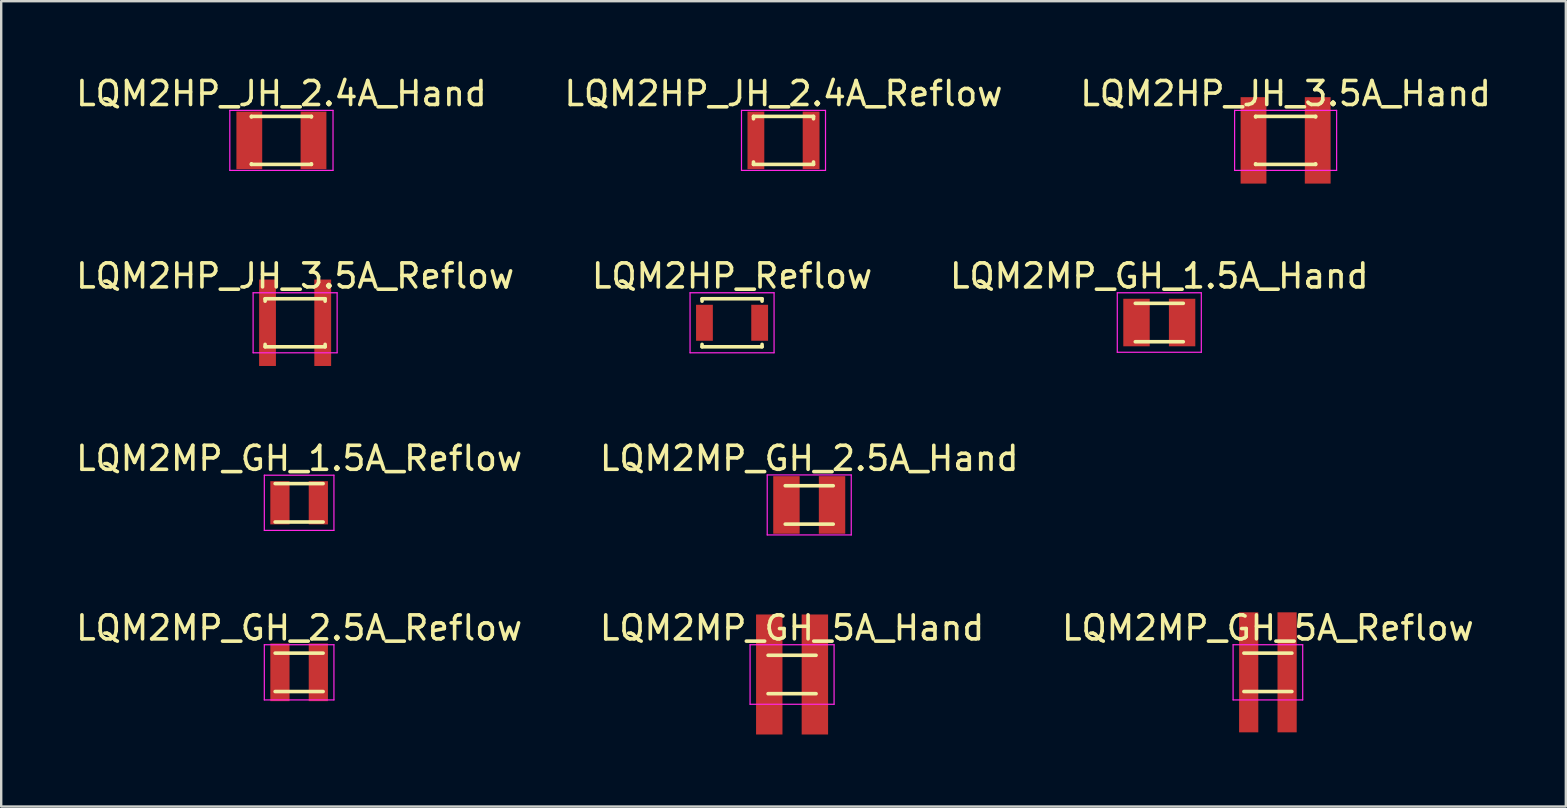
<source format=kicad_pcb>
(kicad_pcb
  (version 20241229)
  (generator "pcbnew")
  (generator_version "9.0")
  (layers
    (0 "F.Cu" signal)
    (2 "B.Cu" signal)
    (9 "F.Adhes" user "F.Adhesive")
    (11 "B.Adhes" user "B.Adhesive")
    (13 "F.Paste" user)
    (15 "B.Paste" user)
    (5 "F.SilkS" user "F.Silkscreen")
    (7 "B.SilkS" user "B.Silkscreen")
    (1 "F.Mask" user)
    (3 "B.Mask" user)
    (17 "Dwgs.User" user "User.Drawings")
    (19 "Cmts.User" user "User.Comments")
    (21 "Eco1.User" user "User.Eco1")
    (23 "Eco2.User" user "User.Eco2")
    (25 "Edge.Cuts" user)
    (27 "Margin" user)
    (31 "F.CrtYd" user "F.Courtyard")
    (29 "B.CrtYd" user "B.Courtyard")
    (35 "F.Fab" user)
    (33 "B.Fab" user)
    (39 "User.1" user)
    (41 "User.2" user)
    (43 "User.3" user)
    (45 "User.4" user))
  (footprint "LQM2HP_JH_3.5A_Reflow"
    (layer "F.Cu")
    (at 9.244 10.396)
    (property "Reference" "LQM2HP_JH_3.5A_Reflow" (at 0 -1.95 0) (layer "F.SilkS") (effects (font (size 1 1) (thickness 0.15))))
    (attr smd)
    (fp_line (start -1.25 -1) (end -1.25 -0.9) (stroke (width 0.15) (type solid)) (layer "F.SilkS"))
    (fp_line (start -1.25 -1) (end 1.25 -1) (stroke (width 0.15) (type solid)) (layer "F.SilkS"))
    (fp_line (start -1.25 0.9) (end -1.25 1) (stroke (width 0.15) (type solid)) (layer "F.SilkS"))
    (fp_line (start -1.25 1) (end 1.25 1) (stroke (width 0.15) (type solid)) (layer "F.SilkS"))
    (fp_line (start 1.25 -1) (end 1.25 -0.9) (stroke (width 0.15) (type solid)) (layer "F.SilkS"))
    (fp_line (start 1.25 0.9) (end 1.25 1) (stroke (width 0.15) (type solid)) (layer "F.SilkS"))
    (fp_line (start -1.75 -1.25) (end -1.75 1.25) (stroke (width 0.05) (type solid)) (layer "F.CrtYd"))
    (fp_line (start -1.75 -1.25) (end 1.75 -1.25) (stroke (width 0.05) (type solid)) (layer "F.CrtYd"))
    (fp_line (start -1.75 1.25) (end 1.75 1.25) (stroke (width 0.05) (type solid)) (layer "F.CrtYd"))
    (fp_line (start 1.75 -1.25) (end 1.75 1.25) (stroke (width 0.05) (type solid)) (layer "F.CrtYd"))
    (pad "" smd rect (at -1.15 0) (size 0.7 1.5) (layers "F.Mask" "F.Paste"))
    (pad "" smd rect (at 1.15 0) (size 0.7 1.5) (layers "F.Mask" "F.Paste"))
    (pad "1" smd rect (at -1.15 0) (size 0.7 3.6) (layers "F.Cu"))
    (pad "2" smd rect (at 1.15 0) (size 0.7 3.6) (layers "F.Cu")))
  (footprint "LQM2HP_JH_2.4A_Reflow"
    (layer "F.Cu")
    (at 29.589 2.798)
    (property "Reference" "LQM2HP_JH_2.4A_Reflow" (at 0 -1.95 0) (layer "F.SilkS") (effects (font (size 1 1) (thickness 0.15))))
    (attr smd)
    (fp_line (start -1.25 -1) (end -1.25 -0.9) (stroke (width 0.15) (type solid)) (layer "F.SilkS"))
    (fp_line (start -1.25 -1) (end 1.25 -1) (stroke (width 0.15) (type solid)) (layer "F.SilkS"))
    (fp_line (start -1.25 0.9) (end -1.25 1) (stroke (width 0.15) (type solid)) (layer "F.SilkS"))
    (fp_line (start -1.25 1) (end 1.25 1) (stroke (width 0.15) (type solid)) (layer "F.SilkS"))
    (fp_line (start 1.25 -1) (end 1.25 -0.9) (stroke (width 0.15) (type solid)) (layer "F.SilkS"))
    (fp_line (start 1.25 0.9) (end 1.25 1) (stroke (width 0.15) (type solid)) (layer "F.SilkS"))
    (fp_line (start -1.75 -1.25) (end -1.75 1.25) (stroke (width 0.05) (type solid)) (layer "F.CrtYd"))
    (fp_line (start -1.75 -1.25) (end 1.75 -1.25) (stroke (width 0.05) (type solid)) (layer "F.CrtYd"))
    (fp_line (start -1.75 1.25) (end 1.75 1.25) (stroke (width 0.05) (type solid)) (layer "F.CrtYd"))
    (fp_line (start 1.75 -1.25) (end 1.75 1.25) (stroke (width 0.05) (type solid)) (layer "F.CrtYd"))
    (pad "" smd rect (at -1.15 0) (size 0.7 1.5) (layers "F.Mask" "F.Paste"))
    (pad "" smd rect (at 1.15 0) (size 0.7 1.5) (layers "F.Mask" "F.Paste"))
    (pad "1" smd rect (at -1.15 0) (size 0.7 2.4) (layers "F.Cu"))
    (pad "2" smd rect (at 1.15 0) (size 0.7 2.4) (layers "F.Cu")))
  (footprint "LQM2MP_GH_2.5A_Hand"
    (layer "F.Cu")
    (at 30.661 17.985)
    (property "Reference" "LQM2MP_GH_2.5A_Hand" (at 0 -1.94 0) (layer "F.SilkS") (effects (font (size 1 1) (thickness 0.15))))
    (attr smd)
    (fp_line (start -1 -0.8) (end 1 -0.8) (stroke (width 0.15) (type solid)) (layer "F.SilkS"))
    (fp_line (start -1 0.8) (end 1 0.8) (stroke (width 0.15) (type solid)) (layer "F.SilkS"))
    (fp_line (start -1.75 -1.25) (end -1.75 1.25) (stroke (width 0.05) (type solid)) (layer "F.CrtYd"))
    (fp_line (start -1.75 -1.25) (end 1.75 -1.25) (stroke (width 0.05) (type solid)) (layer "F.CrtYd"))
    (fp_line (start -1.75 1.25) (end 1.75 1.25) (stroke (width 0.05) (type solid)) (layer "F.CrtYd"))
    (fp_line (start 1.75 -1.25) (end 1.75 1.25) (stroke (width 0.05) (type solid)) (layer "F.CrtYd"))
    (pad "" smd rect (at -0.95 0) (size 1.1 1.98) (layers "F.Mask" "F.Paste"))
    (pad "" smd rect (at 0.95 0) (size 1.1 1.98) (layers "F.Mask" "F.Paste"))
    (pad "1" smd rect (at -0.95 0) (size 1.1 2.4) (layers "F.Cu"))
    (pad "2" smd rect (at 0.95 0) (size 1.1 2.4) (layers "F.Cu")))
  (footprint "LQM2MP_GH_5A_Hand"
    (layer "F.Cu")
    (at 29.946 25.048)
    (property "Reference" "LQM2MP_GH_5A_Hand" (at 0 -1.94 0) (layer "F.SilkS") (effects (font (size 1 1) (thickness 0.15))))
    (attr smd)
    (fp_line (start -1 -0.8) (end 1 -0.8) (stroke (width 0.15) (type solid)) (layer "F.SilkS"))
    (fp_line (start -1 0.8) (end 1 0.8) (stroke (width 0.15) (type solid)) (layer "F.SilkS"))
    (fp_line (start -1.75 -1.24) (end -1.75 1.24) (stroke (width 0.05) (type solid)) (layer "F.CrtYd"))
    (fp_line (start -1.75 -1.24) (end 1.75 -1.24) (stroke (width 0.05) (type solid)) (layer "F.CrtYd"))
    (fp_line (start -1.75 1.24) (end 1.75 1.24) (stroke (width 0.05) (type solid)) (layer "F.CrtYd"))
    (fp_line (start 1.75 -1.24) (end 1.75 1.24) (stroke (width 0.05) (type solid)) (layer "F.CrtYd"))
    (pad "" smd rect (at -0.95 0) (size 1.1 1.98) (layers "F.Mask" "F.Paste"))
    (pad "" smd rect (at 0.95 0) (size 1.1 1.98) (layers "F.Mask" "F.Paste"))
    (pad "1" smd rect (at -0.95 0) (size 1.1 5) (layers "F.Cu"))
    (pad "2" smd rect (at 0.95 0) (size 1.1 5) (layers "F.Cu")))
  (footprint "LQM2MP_GH_5A_Reflow"
    (layer "F.Cu")
    (at 49.768 24.958)
    (property "Reference" "LQM2MP_GH_5A_Reflow" (at 0 -1.85 0) (layer "F.SilkS") (effects (font (size 1 1) (thickness 0.15))))
    (attr smd)
    (fp_line (start -1 -0.8) (end 1 -0.8) (stroke (width 0.15) (type solid)) (layer "F.SilkS"))
    (fp_line (start -1 0.8) (end 1 0.8) (stroke (width 0.15) (type solid)) (layer "F.SilkS"))
    (fp_line (start -1.45 -1.15) (end -1.45 1.15) (stroke (width 0.05) (type solid)) (layer "F.CrtYd"))
    (fp_line (start -1.45 -1.15) (end 1.45 -1.15) (stroke (width 0.05) (type solid)) (layer "F.CrtYd"))
    (fp_line (start -1.45 1.15) (end 1.45 1.15) (stroke (width 0.05) (type solid)) (layer "F.CrtYd"))
    (fp_line (start 1.45 -1.15) (end 1.45 1.15) (stroke (width 0.05) (type solid)) (layer "F.CrtYd"))
    (pad "" smd rect (at -0.8 0) (size 0.8 1.8) (layers "F.Mask" "F.Paste"))
    (pad "" smd rect (at 0.8 0) (size 0.8 1.8) (layers "F.Mask" "F.Paste"))
    (pad "1" smd rect (at -0.8 0) (size 0.8 5) (layers "F.Cu"))
    (pad "2" smd rect (at 0.8 0) (size 0.8 5) (layers "F.Cu")))
  (footprint "LQM2MP_GH_2.5A_Reflow"
    (layer "F.Cu")
    (at 9.411 24.958)
    (property "Reference" "LQM2MP_GH_2.5A_Reflow" (at 0 -1.85 0) (layer "F.SilkS") (effects (font (size 1 1) (thickness 0.15))))
    (attr smd)
    (fp_line (start -1 -0.8) (end 1 -0.8) (stroke (width 0.15) (type solid)) (layer "F.SilkS"))
    (fp_line (start -1 0.8) (end 1 0.8) (stroke (width 0.15) (type solid)) (layer "F.SilkS"))
    (fp_line (start -1.45 -1.15) (end -1.45 1.15) (stroke (width 0.05) (type solid)) (layer "F.CrtYd"))
    (fp_line (start -1.45 -1.15) (end 1.45 -1.15) (stroke (width 0.05) (type solid)) (layer "F.CrtYd"))
    (fp_line (start -1.45 1.15) (end 1.45 1.15) (stroke (width 0.05) (type solid)) (layer "F.CrtYd"))
    (fp_line (start 1.45 -1.15) (end 1.45 1.15) (stroke (width 0.05) (type solid)) (layer "F.CrtYd"))
    (pad "" smd rect (at -0.8 0) (size 0.8 1.8) (layers "F.Mask" "F.Paste"))
    (pad "" smd rect (at 0.8 0) (size 0.8 1.8) (layers "F.Mask" "F.Paste"))
    (pad "1" smd rect (at -0.8 0) (size 0.8 2.4) (layers "F.Cu"))
    (pad "2" smd rect (at 0.8 0) (size 0.8 2.4) (layers "F.Cu")))
  (footprint "LQM2HP_Reflow"
    (layer "F.Cu")
    (at 27.446 10.396)
    (property "Reference" "LQM2HP_Reflow" (at 0 -1.95 0) (layer "F.SilkS") (effects (font (size 1 1) (thickness 0.15))))
    (attr smd)
    (fp_line (start -1.25 -1) (end -1.25 -0.9) (stroke (width 0.15) (type solid)) (layer "F.SilkS"))
    (fp_line (start -1.25 -1) (end 1.25 -1) (stroke (width 0.15) (type solid)) (layer "F.SilkS"))
    (fp_line (start -1.25 0.9) (end -1.25 1) (stroke (width 0.15) (type solid)) (layer "F.SilkS"))
    (fp_line (start -1.25 1) (end 1.25 1) (stroke (width 0.15) (type solid)) (layer "F.SilkS"))
    (fp_line (start 1.25 -1) (end 1.25 -0.9) (stroke (width 0.15) (type solid)) (layer "F.SilkS"))
    (fp_line (start 1.25 0.9) (end 1.25 1) (stroke (width 0.15) (type solid)) (layer "F.SilkS"))
    (fp_line (start -1.75 -1.25) (end -1.75 1.25) (stroke (width 0.05) (type solid)) (layer "F.CrtYd"))
    (fp_line (start -1.75 -1.25) (end 1.75 -1.25) (stroke (width 0.05) (type solid)) (layer "F.CrtYd"))
    (fp_line (start -1.75 1.25) (end 1.75 1.25) (stroke (width 0.05) (type solid)) (layer "F.CrtYd"))
    (fp_line (start 1.75 -1.25) (end 1.75 1.25) (stroke (width 0.05) (type solid)) (layer "F.CrtYd"))
    (pad "1" smd rect (at -1.15 0) (size 0.7 1.5) (layers "F.Cu" "F.Mask" "F.Paste"))
    (pad "2" smd rect (at 1.15 0) (size 0.7 1.5) (layers "F.Cu" "F.Mask" "F.Paste")))
  (footprint "LQM2HP_JH_3.5A_Hand"
    (layer "F.Cu")
    (at 50.506 2.798)
    (property "Reference" "LQM2HP_JH_3.5A_Hand" (at 0 -1.95 0) (layer "F.SilkS") (effects (font (size 1 1) (thickness 0.15))))
    (attr smd)
    (fp_line (start -1.25 -1) (end -1.25 -0.975) (stroke (width 0.15) (type solid)) (layer "F.SilkS"))
    (fp_line (start -1.25 -1) (end 1.25 -1) (stroke (width 0.15) (type solid)) (layer "F.SilkS"))
    (fp_line (start -1.25 0.975) (end -1.25 1) (stroke (width 0.15) (type solid)) (layer "F.SilkS"))
    (fp_line (start -1.25 1) (end 1.25 1) (stroke (width 0.15) (type solid)) (layer "F.SilkS"))
    (fp_line (start 1.25 -1) (end 1.25 -0.975) (stroke (width 0.15) (type solid)) (layer "F.SilkS"))
    (fp_line (start 1.25 0.975) (end 1.25 1) (stroke (width 0.15) (type solid)) (layer "F.SilkS"))
    (fp_line (start -2.125 -1.25) (end -2.125 1.25) (stroke (width 0.05) (type solid)) (layer "F.CrtYd"))
    (fp_line (start -2.125 -1.25) (end 2.125 -1.25) (stroke (width 0.05) (type solid)) (layer "F.CrtYd"))
    (fp_line (start -2.125 1.25) (end 2.125 1.25) (stroke (width 0.05) (type solid)) (layer "F.CrtYd"))
    (fp_line (start 2.125 -1.25) (end 2.125 1.25) (stroke (width 0.05) (type solid)) (layer "F.CrtYd"))
    (pad "" smd rect (at -1.337 0) (size 1.075 1.65) (layers "F.Mask" "F.Paste"))
    (pad "" smd rect (at 1.337 0) (size 1.075 1.65) (layers "F.Mask" "F.Paste"))
    (pad "1" smd rect (at -1.337 0) (size 1.075 3.6) (layers "F.Cu"))
    (pad "2" smd rect (at 1.337 0) (size 1.075 3.6) (layers "F.Cu")))
  (footprint "LQM2HP_JH_2.4A_Hand"
    (layer "F.Cu")
    (at 8.673 2.798)
    (property "Reference" "LQM2HP_JH_2.4A_Hand" (at 0 -1.95 0) (layer "F.SilkS") (effects (font (size 1 1) (thickness 0.15))))
    (attr smd)
    (fp_line (start -1.25 -1) (end -1.25 -0.975) (stroke (width 0.15) (type solid)) (layer "F.SilkS"))
    (fp_line (start -1.25 -1) (end 1.25 -1) (stroke (width 0.15) (type solid)) (layer "F.SilkS"))
    (fp_line (start -1.25 0.975) (end -1.25 1) (stroke (width 0.15) (type solid)) (layer "F.SilkS"))
    (fp_line (start -1.25 1) (end 1.25 1) (stroke (width 0.15) (type solid)) (layer "F.SilkS"))
    (fp_line (start 1.25 -1) (end 1.25 -0.975) (stroke (width 0.15) (type solid)) (layer "F.SilkS"))
    (fp_line (start 1.25 0.975) (end 1.25 1) (stroke (width 0.15) (type solid)) (layer "F.SilkS"))
    (fp_line (start -2.15 -1.25) (end -2.15 1.25) (stroke (width 0.05) (type solid)) (layer "F.CrtYd"))
    (fp_line (start -2.15 -1.25) (end 2.15 -1.25) (stroke (width 0.05) (type solid)) (layer "F.CrtYd"))
    (fp_line (start -2.15 1.25) (end 2.15 1.25) (stroke (width 0.05) (type solid)) (layer "F.CrtYd"))
    (fp_line (start 2.15 -1.25) (end 2.15 1.25) (stroke (width 0.05) (type solid)) (layer "F.CrtYd"))
    (pad "" smd rect (at -1.337 0) (size 1.075 1.65) (layers "F.Mask" "F.Paste"))
    (pad "" smd rect (at 1.337 0) (size 1.075 1.65) (layers "F.Mask" "F.Paste"))
    (pad "1" smd rect (at -1.337 0) (size 1.075 2.4) (layers "F.Cu"))
    (pad "2" smd rect (at 1.337 0) (size 1.075 2.4) (layers "F.Cu")))
  (footprint "LQM2MP_GH_1.5A_Reflow"
    (layer "F.Cu")
    (at 9.411 17.895)
    (property "Reference" "LQM2MP_GH_1.5A_Reflow" (at 0 -1.85 0) (layer "F.SilkS") (effects (font (size 1 1) (thickness 0.15))))
    (attr smd)
    (fp_line (start -1 -0.8) (end 1 -0.8) (stroke (width 0.15) (type solid)) (layer "F.SilkS"))
    (fp_line (start -1 0.8) (end 1 0.8) (stroke (width 0.15) (type solid)) (layer "F.SilkS"))
    (fp_line (start -1.45 -1.15) (end -1.45 1.15) (stroke (width 0.05) (type solid)) (layer "F.CrtYd"))
    (fp_line (start -1.45 -1.15) (end 1.45 -1.15) (stroke (width 0.05) (type solid)) (layer "F.CrtYd"))
    (fp_line (start -1.45 1.15) (end 1.45 1.15) (stroke (width 0.05) (type solid)) (layer "F.CrtYd"))
    (fp_line (start 1.45 -1.15) (end 1.45 1.15) (stroke (width 0.05) (type solid)) (layer "F.CrtYd"))
    (pad "1" smd rect (at -0.8 0) (size 0.8 1.8) (layers "F.Cu" "F.Mask" "F.Paste"))
    (pad "2" smd rect (at 0.8 0) (size 0.8 1.8) (layers "F.Cu" "F.Mask" "F.Paste")))
  (footprint "LQM2MP_GH_1.5A_Hand"
    (layer "F.Cu")
    (at 45.244 10.386)
    (property "Reference" "LQM2MP_GH_1.5A_Hand" (at 0 -1.94 0) (layer "F.SilkS") (effects (font (size 1 1) (thickness 0.15))))
    (attr smd)
    (fp_line (start -1 -0.8) (end 1 -0.8) (stroke (width 0.15) (type solid)) (layer "F.SilkS"))
    (fp_line (start -1 0.8) (end 1 0.8) (stroke (width 0.15) (type solid)) (layer "F.SilkS"))
    (fp_line (start -1.75 -1.24) (end -1.75 1.24) (stroke (width 0.05) (type solid)) (layer "F.CrtYd"))
    (fp_line (start -1.75 -1.24) (end 1.75 -1.24) (stroke (width 0.05) (type solid)) (layer "F.CrtYd"))
    (fp_line (start -1.75 1.24) (end 1.75 1.24) (stroke (width 0.05) (type solid)) (layer "F.CrtYd"))
    (fp_line (start 1.75 -1.24) (end 1.75 1.24) (stroke (width 0.05) (type solid)) (layer "F.CrtYd"))
    (pad "1" smd rect (at -0.95 0) (size 1.1 1.98) (layers "F.Cu" "F.Mask" "F.Paste"))
    (pad "2" smd rect (at 0.95 0) (size 1.1 1.98) (layers "F.Cu" "F.Mask" "F.Paste")))
  (gr_rect
    (start -3 -3)
    (end 62.179 30.548)
    (stroke (width 0.1) (type default))
    (fill no)
    (layer "Edge.Cuts")))
</source>
